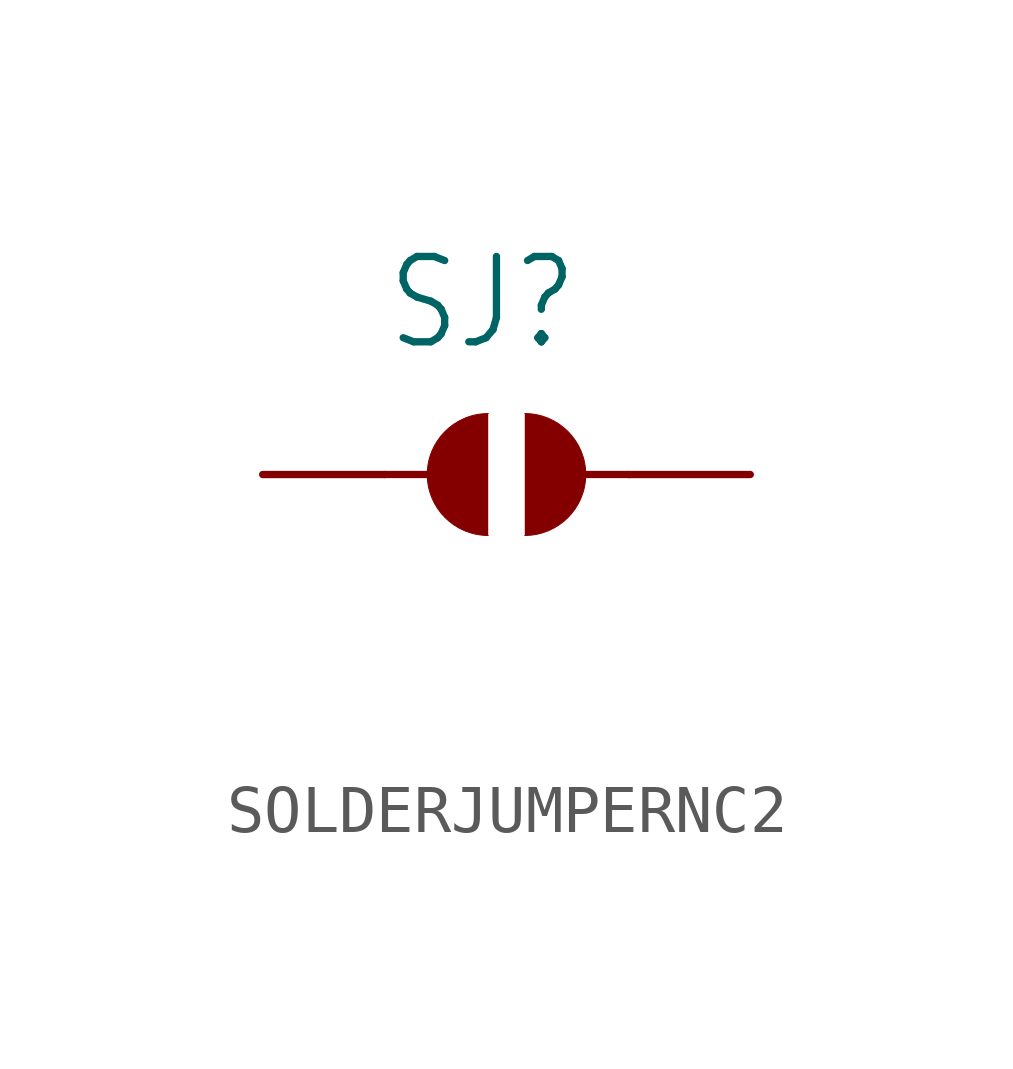
<source format=kicad_sym>
(kicad_symbol_lib
  (version 20241209)
  (generator "kicad_symbol_editor")
  (generator_version "9.0")
  (symbol "SOLDERJUMPERNC2"
    (property "Reference" "SJ"
      (at -2.54 2.54 0)
      (effects (font (size 1.778 1.511)) (justify left bottom)))
    (property "Value" ""
      (at -2.54 -5.08 0)
      (effects (font (size 1.778 1.511)) (justify left bottom)))
    (property "ki_locked" ""
      (at 0 0 0)
      (effects (font (size 1.27 1.27))))
    (symbol "SOLDERJUMPERNC2_1_0"
      (polyline (pts (xy -2.54 0) (xy -1.651 0)) (stroke (width 0.152) (type solid)) (fill (type none)))
      (arc (start -0.381 -1.27) (mid -1.651 0) (end -0.381 1.27) (stroke (width 0.0001) (type solid)) (fill (type outline)))
      (arc (start 0.381 1.27) (mid 1.651 0) (end 0.381 -1.27) (stroke (width 0.0001) (type solid)) (fill (type outline)))
      (polyline (pts (xy 2.54 0) (xy 1.651 0)) (stroke (width 0.152) (type solid)) (fill (type none)))
      (pin passive line (at -5.08 0 0) (length 2.54) (name "1" (effects (font (size 0 0)))) (number "1" (effects (font (size 0 0)))))
      (pin passive line (at 5.08 0 180) (length 2.54) (name "2" (effects (font (size 0 0)))) (number "2" (effects (font (size 0 0))))))))
</source>
